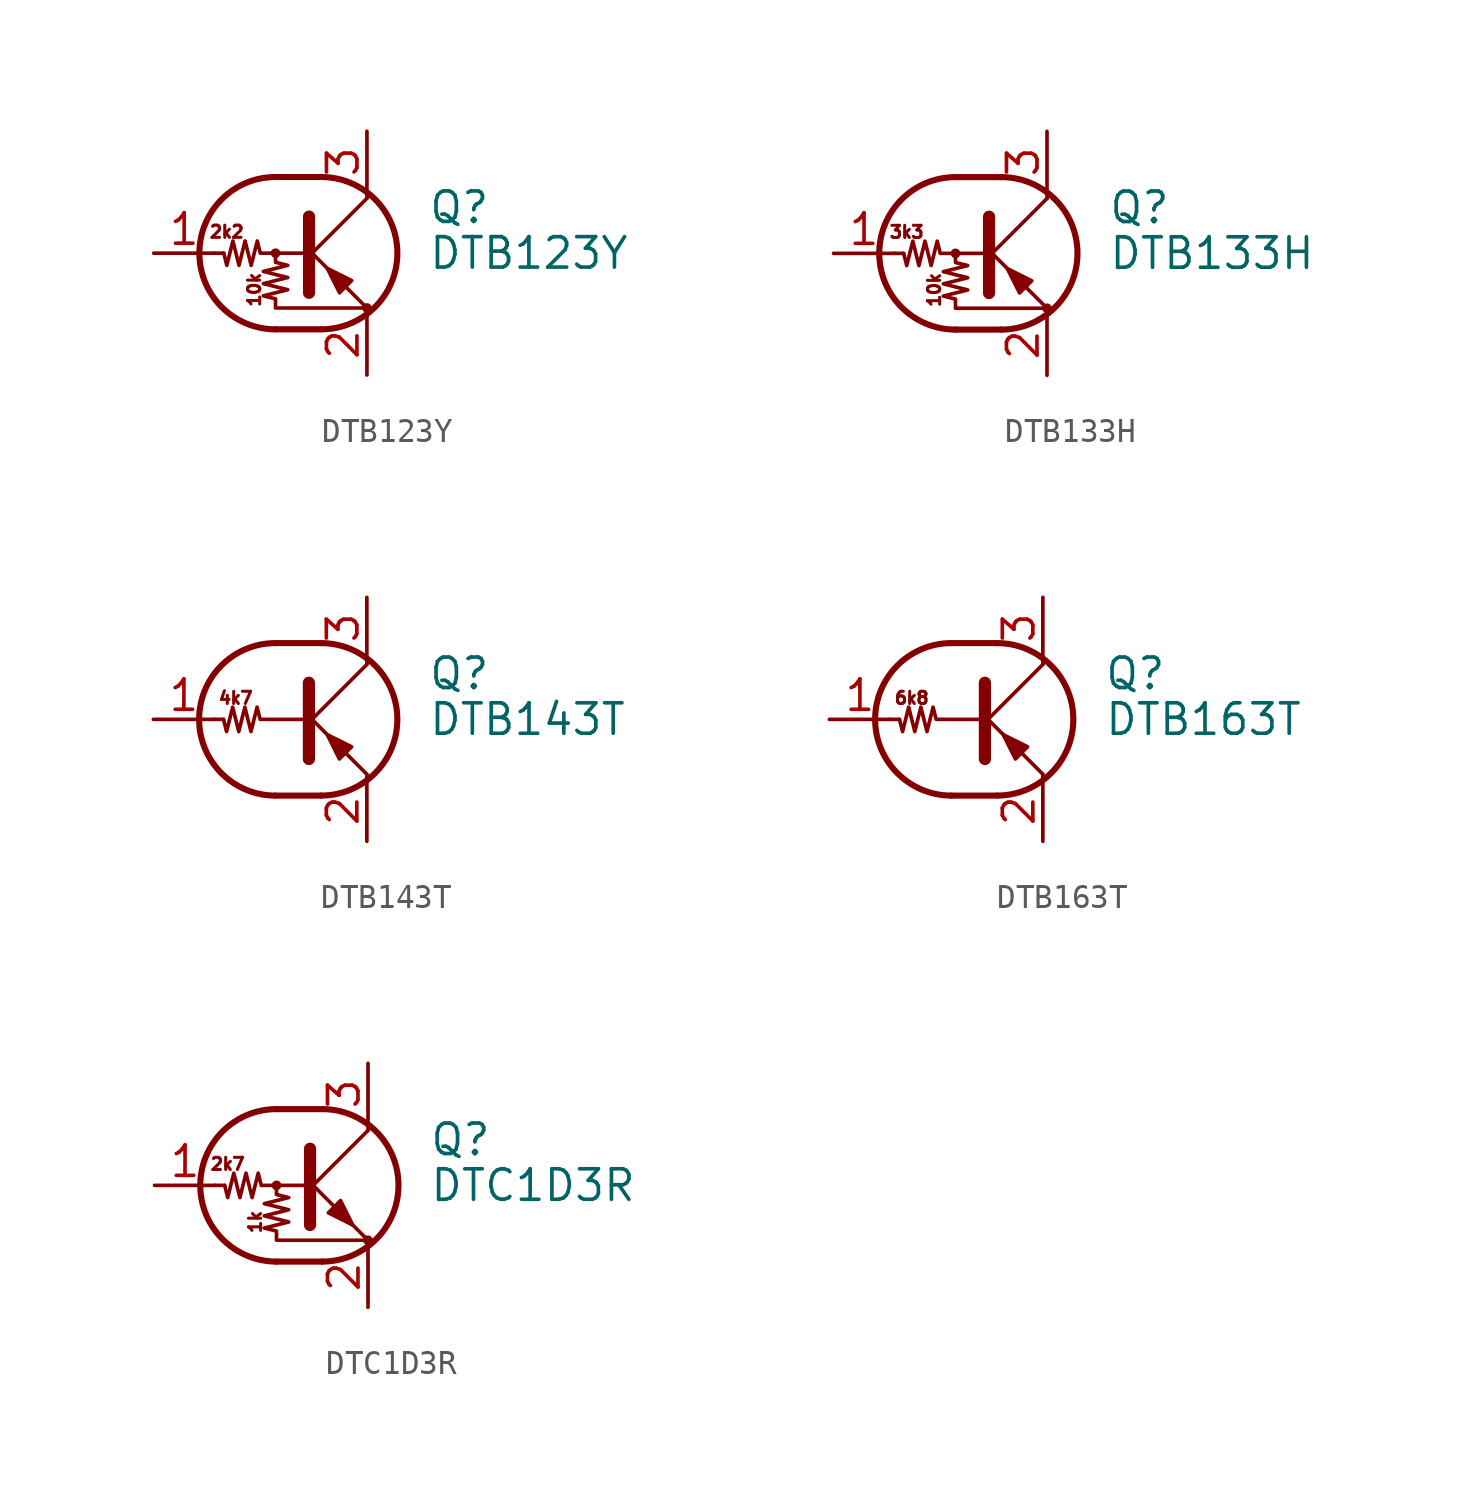
<source format=kicad_sym>
(kicad_symbol_lib
  (version 20201005)
  (generator kicad_symbol_editor)
  (symbol "DTB123Y"
    (pin_names
      (offset 0) hide)
    (property "Reference" "Q"
      (at 5.08 1.905 0)
      (effects (font (size 1.27 1.27)) (justify left)))
    (property "Value" "DTB123Y"
      (at 5.08 0 0)
      (effects (font (size 1.27 1.27)) (justify left)))
    (symbol "DTB123Y_0_0"
      (text "10k" (at -2.159 -1.524 900) (effects (font (size 0.508 0.508))))
      (text "2k2" (at -3.302 0.889 0) (effects (font (size 0.508 0.508)))))
    (symbol "DTB123Y_0_1"
      (arc (start -1.27 3.175) (end -1.27 -3.175) (radius (at -1.27 0) (length 3.175) (angles 90.1 -90.1)) (stroke (width 0.254)) (fill (type none)))
      (arc (start 0.635 -3.175) (end 0.635 3.175) (radius (at 0.635 0) (length 3.175) (angles -89.9 89.9)) (stroke (width 0.254)) (fill (type none)))
      (circle (center -1.27 0) (radius 0.127) (stroke (width 0)) (fill (type none)))
      (circle (center 2.54 -2.286) (radius 0.127) (stroke (width 0)) (fill (type none)))
      (polyline (pts (xy -3.429 0) (xy -3.81 0)) (stroke (width 0)) (fill (type none)))
      (polyline (pts (xy -1.27 -3.175) (xy 0.635 -3.175)) (stroke (width 0.254)) (fill (type none)))
      (polyline (pts (xy -1.27 3.175) (xy 0.635 3.175)) (stroke (width 0.254)) (fill (type none)))
      (polyline (pts (xy 0 -0.254) (xy 2.54 2.286)) (stroke (width 0)) (fill (type none)))
      (polyline (pts (xy 0.127 1.524) (xy 0.127 -1.651)) (stroke (width 0.508)) (fill (type outline)))
      (polyline (pts (xy 2.54 2.286) (xy 2.54 2.54)) (stroke (width 0)) (fill (type none)))
      (polyline (pts (xy 2.54 -2.286) (xy 0 0.254) (xy 0 0.254)) (stroke (width 0)) (fill (type none)))
      (polyline (pts (xy 1.397 -1.651) (xy 1.905 -1.143) (xy 0.889 -0.635) (xy 1.397 -1.651)) (stroke (width 0)) (fill (type outline)))
      (polyline (pts (xy 0 0) (xy -1.905 0) (xy -2.032 0.508) (xy -2.286 -0.508) (xy -2.54 0.508) (xy -2.794 -0.508) (xy -3.048 0.508) (xy -3.302 -0.508) (xy -3.429 0)) (stroke (width 0)) (fill (type none)))
      (polyline (pts (xy -1.27 0) (xy -1.27 -0.381) (xy -0.762 -0.508) (xy -1.778 -0.762) (xy -0.762 -1.016) (xy -1.778 -1.27) (xy -0.762 -1.524) (xy -1.778 -1.778) (xy -1.27 -1.905) (xy -1.27 -2.286) (xy 2.54 -2.286)) (stroke (width 0)) (fill (type none))))
    (symbol "DTB123Y_1_1"
      (pin input line (at -6.35 0 0) (length 2.54) (name "B" (effects (font (size 1.27 1.27)))) (number "1" (effects (font (size 1.27 1.27)))))
      (pin passive line (at 2.54 -5.08 90) (length 2.54) (name "E" (effects (font (size 1.27 1.27)))) (number "2" (effects (font (size 1.27 1.27)))))
      (pin passive line (at 2.54 5.08 270) (length 2.54) (name "C" (effects (font (size 1.27 1.27)))) (number "3" (effects (font (size 1.27 1.27)))))))
  (symbol "DTB133H"
    (pin_names
      (offset 0) hide)
    (property "Reference" "Q"
      (at 5.08 1.905 0)
      (effects (font (size 1.27 1.27)) (justify left)))
    (property "Value" "DTB133H"
      (at 5.08 0 0)
      (effects (font (size 1.27 1.27)) (justify left)))
    (symbol "DTB133H_0_0"
      (text "10k" (at -2.159 -1.524 900) (effects (font (size 0.508 0.508))))
      (text "3k3" (at -3.302 0.889 0) (effects (font (size 0.508 0.508)))))
    (symbol "DTB133H_0_1"
      (arc (start -1.27 3.175) (end -1.27 -3.175) (radius (at -1.27 0) (length 3.175) (angles 90.1 -90.1)) (stroke (width 0.254)) (fill (type none)))
      (arc (start 0.635 -3.175) (end 0.635 3.175) (radius (at 0.635 0) (length 3.175) (angles -89.9 89.9)) (stroke (width 0.254)) (fill (type none)))
      (circle (center -1.27 0) (radius 0.127) (stroke (width 0)) (fill (type none)))
      (circle (center 2.54 -2.286) (radius 0.127) (stroke (width 0)) (fill (type none)))
      (polyline (pts (xy -3.429 0) (xy -3.81 0)) (stroke (width 0)) (fill (type none)))
      (polyline (pts (xy -1.27 -3.175) (xy 0.635 -3.175)) (stroke (width 0.254)) (fill (type none)))
      (polyline (pts (xy -1.27 3.175) (xy 0.635 3.175)) (stroke (width 0.254)) (fill (type none)))
      (polyline (pts (xy 0 -0.254) (xy 2.54 2.286)) (stroke (width 0)) (fill (type none)))
      (polyline (pts (xy 0.127 1.524) (xy 0.127 -1.651)) (stroke (width 0.508)) (fill (type outline)))
      (polyline (pts (xy 2.54 2.286) (xy 2.54 2.54)) (stroke (width 0)) (fill (type none)))
      (polyline (pts (xy 2.54 -2.286) (xy 0 0.254) (xy 0 0.254)) (stroke (width 0)) (fill (type none)))
      (polyline (pts (xy 1.397 -1.651) (xy 1.905 -1.143) (xy 0.889 -0.635) (xy 1.397 -1.651)) (stroke (width 0)) (fill (type outline)))
      (polyline (pts (xy 0 0) (xy -1.905 0) (xy -2.032 0.508) (xy -2.286 -0.508) (xy -2.54 0.508) (xy -2.794 -0.508) (xy -3.048 0.508) (xy -3.302 -0.508) (xy -3.429 0)) (stroke (width 0)) (fill (type none)))
      (polyline (pts (xy -1.27 0) (xy -1.27 -0.381) (xy -0.762 -0.508) (xy -1.778 -0.762) (xy -0.762 -1.016) (xy -1.778 -1.27) (xy -0.762 -1.524) (xy -1.778 -1.778) (xy -1.27 -1.905) (xy -1.27 -2.286) (xy 2.54 -2.286)) (stroke (width 0)) (fill (type none))))
    (symbol "DTB133H_1_1"
      (pin input line (at -6.35 0 0) (length 2.54) (name "B" (effects (font (size 1.27 1.27)))) (number "1" (effects (font (size 1.27 1.27)))))
      (pin passive line (at 2.54 -5.08 90) (length 2.54) (name "E" (effects (font (size 1.27 1.27)))) (number "2" (effects (font (size 1.27 1.27)))))
      (pin passive line (at 2.54 5.08 270) (length 2.54) (name "C" (effects (font (size 1.27 1.27)))) (number "3" (effects (font (size 1.27 1.27)))))))
  (symbol "DTB143T"
    (pin_names
      (offset 0) hide)
    (property "Reference" "Q"
      (at 5.08 1.905 0)
      (effects (font (size 1.27 1.27)) (justify left)))
    (property "Value" "DTB143T"
      (at 5.08 0 0)
      (effects (font (size 1.27 1.27)) (justify left)))
    (symbol "DTB143T_0_0"
      (text "4k7" (at -2.921 0.889 0) (effects (font (size 0.508 0.508))))
      (polyline (pts (xy 2.54 -2.286) (xy 2.54 -2.54)) (stroke (width 0)) (fill (type none))))
    (symbol "DTB143T_0_1"
      (arc (start -1.27 3.175) (end -1.27 -3.175) (radius (at -1.27 0) (length 3.175) (angles 90.1 -90.1)) (stroke (width 0.254)) (fill (type none)))
      (arc (start 0.635 -3.175) (end 0.635 3.175) (radius (at 0.635 0) (length 3.175) (angles -89.9 89.9)) (stroke (width 0.254)) (fill (type none)))
      (polyline (pts (xy -3.429 0) (xy -3.81 0)) (stroke (width 0)) (fill (type none)))
      (polyline (pts (xy -1.27 -3.175) (xy 0.635 -3.175)) (stroke (width 0.254)) (fill (type none)))
      (polyline (pts (xy -1.27 3.175) (xy 0.635 3.175)) (stroke (width 0.254)) (fill (type none)))
      (polyline (pts (xy 0 -0.254) (xy 2.54 2.286)) (stroke (width 0)) (fill (type none)))
      (polyline (pts (xy 0.127 1.524) (xy 0.127 -1.651)) (stroke (width 0.508)) (fill (type outline)))
      (polyline (pts (xy 2.54 2.286) (xy 2.54 2.54)) (stroke (width 0)) (fill (type none)))
      (polyline (pts (xy 2.54 -2.286) (xy 0 0.254) (xy 0 0.254)) (stroke (width 0)) (fill (type none)))
      (polyline (pts (xy 1.397 -1.651) (xy 1.905 -1.143) (xy 0.889 -0.635) (xy 1.397 -1.651)) (stroke (width 0)) (fill (type outline)))
      (polyline (pts (xy 0 0) (xy -1.905 0) (xy -2.032 0.508) (xy -2.286 -0.508) (xy -2.54 0.508) (xy -2.794 -0.508) (xy -3.048 0.508) (xy -3.302 -0.508) (xy -3.429 0)) (stroke (width 0)) (fill (type none))))
    (symbol "DTB143T_1_1"
      (pin input line (at -6.35 0 0) (length 2.54) (name "B" (effects (font (size 1.27 1.27)))) (number "1" (effects (font (size 1.27 1.27)))))
      (pin passive line (at 2.54 -5.08 90) (length 2.54) (name "E" (effects (font (size 1.27 1.27)))) (number "2" (effects (font (size 1.27 1.27)))))
      (pin passive line (at 2.54 5.08 270) (length 2.54) (name "C" (effects (font (size 1.27 1.27)))) (number "3" (effects (font (size 1.27 1.27)))))))
  (symbol "DTB163T"
    (pin_names
      (offset 0) hide)
    (property "Reference" "Q"
      (at 5.08 1.905 0)
      (effects (font (size 1.27 1.27)) (justify left)))
    (property "Value" "DTB163T"
      (at 5.08 0 0)
      (effects (font (size 1.27 1.27)) (justify left)))
    (symbol "DTB163T_0_0"
      (text "6k8" (at -2.921 0.889 0) (effects (font (size 0.508 0.508))))
      (polyline (pts (xy 2.54 -2.286) (xy 2.54 -2.54)) (stroke (width 0)) (fill (type none))))
    (symbol "DTB163T_0_1"
      (arc (start -1.27 3.175) (end -1.27 -3.175) (radius (at -1.27 0) (length 3.175) (angles 90.1 -90.1)) (stroke (width 0.254)) (fill (type none)))
      (arc (start 0.635 -3.175) (end 0.635 3.175) (radius (at 0.635 0) (length 3.175) (angles -89.9 89.9)) (stroke (width 0.254)) (fill (type none)))
      (polyline (pts (xy -3.429 0) (xy -3.81 0)) (stroke (width 0)) (fill (type none)))
      (polyline (pts (xy -1.27 -3.175) (xy 0.635 -3.175)) (stroke (width 0.254)) (fill (type none)))
      (polyline (pts (xy -1.27 3.175) (xy 0.635 3.175)) (stroke (width 0.254)) (fill (type none)))
      (polyline (pts (xy 0 -0.254) (xy 2.54 2.286)) (stroke (width 0)) (fill (type none)))
      (polyline (pts (xy 0.127 1.524) (xy 0.127 -1.651)) (stroke (width 0.508)) (fill (type outline)))
      (polyline (pts (xy 2.54 2.286) (xy 2.54 2.54)) (stroke (width 0)) (fill (type none)))
      (polyline (pts (xy 2.54 -2.286) (xy 0 0.254) (xy 0 0.254)) (stroke (width 0)) (fill (type none)))
      (polyline (pts (xy 1.397 -1.651) (xy 1.905 -1.143) (xy 0.889 -0.635) (xy 1.397 -1.651)) (stroke (width 0)) (fill (type outline)))
      (polyline (pts (xy 0 0) (xy -1.905 0) (xy -2.032 0.508) (xy -2.286 -0.508) (xy -2.54 0.508) (xy -2.794 -0.508) (xy -3.048 0.508) (xy -3.302 -0.508) (xy -3.429 0)) (stroke (width 0)) (fill (type none))))
    (symbol "DTB163T_1_1"
      (pin input line (at -6.35 0 0) (length 2.54) (name "B" (effects (font (size 1.27 1.27)))) (number "1" (effects (font (size 1.27 1.27)))))
      (pin passive line (at 2.54 -5.08 90) (length 2.54) (name "E" (effects (font (size 1.27 1.27)))) (number "2" (effects (font (size 1.27 1.27)))))
      (pin passive line (at 2.54 5.08 270) (length 2.54) (name "C" (effects (font (size 1.27 1.27)))) (number "3" (effects (font (size 1.27 1.27)))))))
  (symbol "DTC1D3R"
    (pin_names
      (offset 0) hide)
    (property "Reference" "Q"
      (at 5.08 1.905 0)
      (effects (font (size 1.27 1.27)) (justify left)))
    (property "Value" "DTC1D3R"
      (at 5.08 0 0)
      (effects (font (size 1.27 1.27)) (justify left)))
    (symbol "DTC1D3R_0_0"
      (text "1k" (at -2.159 -1.524 900) (effects (font (size 0.508 0.508))))
      (text "2k7" (at -3.302 0.889 0) (effects (font (size 0.508 0.508)))))
    (symbol "DTC1D3R_0_1"
      (arc (start -1.27 3.175) (end -1.27 -3.175) (radius (at -1.27 0) (length 3.175) (angles 90.1 -90.1)) (stroke (width 0.254)) (fill (type none)))
      (arc (start 0.635 -3.175) (end 0.635 3.175) (radius (at 0.635 0) (length 3.175) (angles -89.9 89.9)) (stroke (width 0.254)) (fill (type none)))
      (circle (center -1.27 0) (radius 0.127) (stroke (width 0)) (fill (type none)))
      (circle (center 2.54 -2.286) (radius 0.127) (stroke (width 0)) (fill (type none)))
      (polyline (pts (xy -3.429 0) (xy -3.81 0)) (stroke (width 0)) (fill (type none)))
      (polyline (pts (xy -1.27 -3.175) (xy 0.635 -3.175)) (stroke (width 0.254)) (fill (type none)))
      (polyline (pts (xy -1.27 3.175) (xy 0.635 3.175)) (stroke (width 0.254)) (fill (type none)))
      (polyline (pts (xy 0 -0.254) (xy 2.54 2.286)) (stroke (width 0)) (fill (type none)))
      (polyline (pts (xy 0.127 1.524) (xy 0.127 -1.651)) (stroke (width 0.508)) (fill (type outline)))
      (polyline (pts (xy 2.54 2.286) (xy 2.54 2.54)) (stroke (width 0)) (fill (type none)))
      (polyline (pts (xy 2.54 -2.286) (xy 0 0.254) (xy 0 0.254)) (stroke (width 0)) (fill (type none)))
      (polyline (pts (xy 0.889 -1.143) (xy 1.397 -0.635) (xy 1.905 -1.651) (xy 0.889 -1.143)) (stroke (width 0)) (fill (type outline)))
      (polyline (pts (xy 0 0) (xy -1.905 0) (xy -2.032 0.508) (xy -2.286 -0.508) (xy -2.54 0.508) (xy -2.794 -0.508) (xy -3.048 0.508) (xy -3.302 -0.508) (xy -3.429 0)) (stroke (width 0)) (fill (type none)))
      (polyline (pts (xy -1.27 0) (xy -1.27 -0.381) (xy -0.762 -0.508) (xy -1.778 -0.762) (xy -0.762 -1.016) (xy -1.778 -1.27) (xy -0.762 -1.524) (xy -1.778 -1.778) (xy -1.27 -1.905) (xy -1.27 -2.286) (xy 2.54 -2.286)) (stroke (width 0)) (fill (type none))))
    (symbol "DTC1D3R_1_1"
      (pin input line (at -6.35 0 0) (length 2.54) (name "B" (effects (font (size 1.27 1.27)))) (number "1" (effects (font (size 1.27 1.27)))))
      (pin passive line (at 2.54 -5.08 90) (length 2.54) (name "E" (effects (font (size 1.27 1.27)))) (number "2" (effects (font (size 1.27 1.27)))))
      (pin passive line (at 2.54 5.08 270) (length 2.54) (name "C" (effects (font (size 1.27 1.27)))) (number "3" (effects (font (size 1.27 1.27))))))))
</source>
